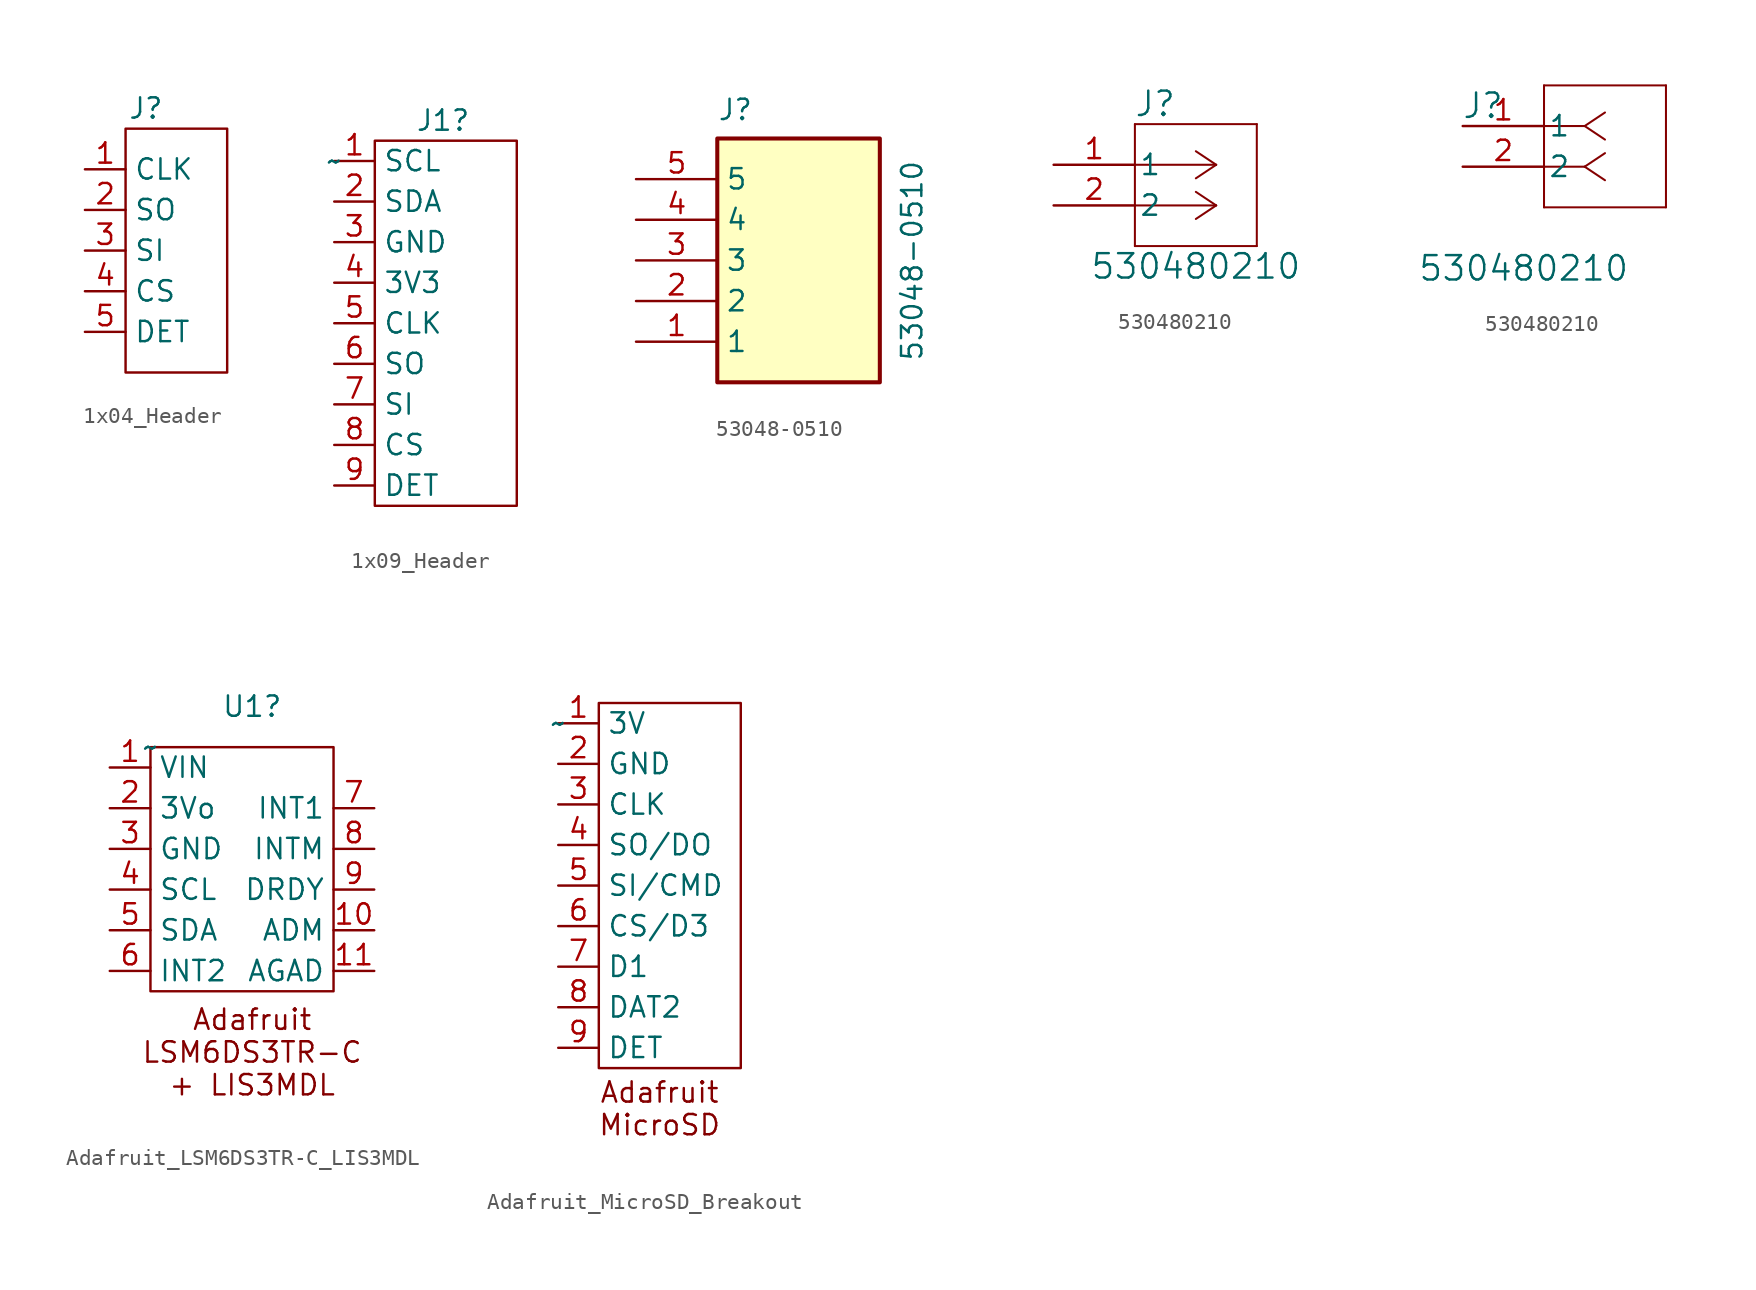
<source format=kicad_sym>
(kicad_symbol_lib
  (version 20220914)
  (generator kicad_symbol_editor)
  (symbol "1x04_Header"
    (property "Reference" "J"
      (at 1.27 1.27 0)
      (effects (font (size 1.27 1.27))))
    (property "Value" ""
      (at -2.54 -2.54 0)
      (effects (font (size 1.27 1.27))))
    (symbol "1x04_Header_0_0"
      (pin passive line (at -2.54 -2.54 0) (length 2.54) (name "CLK" (effects (font (size 1.27 1.27)))) (number "1" (effects (font (size 1.27 1.27)))))
      (pin passive line (at -2.54 -5.08 0) (length 2.54) (name "SO" (effects (font (size 1.27 1.27)))) (number "2" (effects (font (size 1.27 1.27)))))
      (pin passive line (at -2.54 -7.62 0) (length 2.54) (name "SI" (effects (font (size 1.27 1.27)))) (number "3" (effects (font (size 1.27 1.27)))))
      (pin passive line (at -2.54 -10.16 0) (length 2.54) (name "CS" (effects (font (size 1.27 1.27)))) (number "4" (effects (font (size 1.27 1.27)))))
      (pin passive line (at -2.54 -12.7 0) (length 2.54) (name "DET" (effects (font (size 1.27 1.27)))) (number "5" (effects (font (size 1.27 1.27))))))
    (symbol "1x04_Header_0_1"
      (rectangle (start 0 0) (end 6.35 -15.24) (stroke (width 0) (type default)) (fill (type none)))))
  (symbol "1x09_Header"
    (property "Reference" "J1"
      (at 2.54 1.27 0)
      (effects (font (size 1.27 1.27)) (justify left)))
    (property "Value" "~"
      (at -2.54 -1.27 0)
      (effects (font (size 1.27 1.27))))
    (symbol "1x09_Header_0_0"
      (pin passive line (at -2.54 -1.27 0) (length 2.54) (name "SCL" (effects (font (size 1.27 1.27)))) (number "1" (effects (font (size 1.27 1.27)))))
      (pin passive line (at -2.54 -3.81 0) (length 2.54) (name "SDA" (effects (font (size 1.27 1.27)))) (number "2" (effects (font (size 1.27 1.27)))))
      (pin passive line (at -2.54 -6.35 0) (length 2.54) (name "GND" (effects (font (size 1.27 1.27)))) (number "3" (effects (font (size 1.27 1.27)))))
      (pin passive line (at -2.54 -8.89 0) (length 2.54) (name "3V3" (effects (font (size 1.27 1.27)))) (number "4" (effects (font (size 1.27 1.27)))))
      (pin passive line (at -2.54 -13.97 0) (length 2.54) (name "SO" (effects (font (size 1.27 1.27)))) (number "6" (effects (font (size 1.27 1.27)))))
      (pin passive line (at -2.54 -16.51 0) (length 2.54) (name "SI" (effects (font (size 1.27 1.27)))) (number "7" (effects (font (size 1.27 1.27)))))
      (pin passive line (at -2.54 -19.05 0) (length 2.54) (name "CS" (effects (font (size 1.27 1.27)))) (number "8" (effects (font (size 1.27 1.27)))))
      (pin passive line (at -2.54 -21.59 0) (length 2.54) (name "DET" (effects (font (size 1.27 1.27)))) (number "9" (effects (font (size 1.27 1.27))))))
    (symbol "1x09_Header_0_1"
      (rectangle (start 0 0) (end 8.89 -22.86) (stroke (width 0) (type default)) (fill (type none))))
    (symbol "1x09_Header_1_0"
      (pin passive line (at -2.54 -11.43 0) (length 2.54) (name "CLK" (effects (font (size 1.27 1.27)))) (number "5" (effects (font (size 1.27 1.27)))))))
  (symbol "53048-0510"
    (property "Reference" "J"
      (at 5.08 5.08 0)
      (effects (font (size 1.27 1.27)) (justify left top)))
    (property "Value" "53048-0510"
      (at 16.51 -11.43 90)
      (effects (font (size 1.27 1.27)) (justify left top)))
    (symbol "53048-0510_1_1"
      (rectangle (start 5.08 2.54) (end 15.24 -12.7) (stroke (width 0.254) (type default)) (fill (type background)))
      (pin passive line (at 0 -10.16 0) (length 5.08) (name "1" (effects (font (size 1.27 1.27)))) (number "1" (effects (font (size 1.27 1.27)))))
      (pin passive line (at 0 -7.62 0) (length 5.08) (name "2" (effects (font (size 1.27 1.27)))) (number "2" (effects (font (size 1.27 1.27)))))
      (pin passive line (at 0 -5.08 0) (length 5.08) (name "3" (effects (font (size 1.27 1.27)))) (number "3" (effects (font (size 1.27 1.27)))))
      (pin passive line (at 0 -2.54 0) (length 5.08) (name "4" (effects (font (size 1.27 1.27)))) (number "4" (effects (font (size 1.27 1.27)))))
      (pin passive line (at 0 0 0) (length 5.08) (name "5" (effects (font (size 1.27 1.27)))) (number "5" (effects (font (size 1.27 1.27)))))))
  (symbol "530480210"
    (pin_names
      (offset 0.254))
    (property "Reference" "J"
      (at 1.27 1.27 0)
      (effects (font (size 1.524 1.524))))
    (property "Value" "530480210"
      (at 3.81 -8.89 0)
      (effects (font (size 1.524 1.524))))
    (property "ki_locked" ""
      (at 0 0 0)
      (effects (font (size 1.27 1.27))))
    (symbol "530480210_1_1"
      (polyline (pts (xy 0 -7.62) (xy 7.62 -7.62)) (stroke (width 0.127) (type default)) (fill (type none)))
      (polyline (pts (xy 0 0) (xy 0 -7.62)) (stroke (width 0.127) (type default)) (fill (type none)))
      (polyline (pts (xy 5.08 -5.08) (xy 0 -5.08)) (stroke (width 0.127) (type default)) (fill (type none)))
      (polyline (pts (xy 5.08 -5.08) (xy 3.81 -5.927)) (stroke (width 0.127) (type default)) (fill (type none)))
      (polyline (pts (xy 5.08 -5.08) (xy 3.81 -4.233)) (stroke (width 0.127) (type default)) (fill (type none)))
      (polyline (pts (xy 5.08 -2.54) (xy 0 -2.54)) (stroke (width 0.127) (type default)) (fill (type none)))
      (polyline (pts (xy 5.08 -2.54) (xy 3.81 -3.387)) (stroke (width 0.127) (type default)) (fill (type none)))
      (polyline (pts (xy 5.08 -2.54) (xy 3.81 -1.693)) (stroke (width 0.127) (type default)) (fill (type none)))
      (polyline (pts (xy 7.62 -7.62) (xy 7.62 0)) (stroke (width 0.127) (type default)) (fill (type none)))
      (polyline (pts (xy 7.62 0) (xy 0 0)) (stroke (width 0.127) (type default)) (fill (type none)))
      (pin unspecified line (at -5.08 -2.54 0) (length 5.08) (name "1" (effects (font (size 1.27 1.27)))) (number "1" (effects (font (size 1.27 1.27)))))
      (pin unspecified line (at -5.08 -5.08 0) (length 5.08) (name "2" (effects (font (size 1.27 1.27)))) (number "2" (effects (font (size 1.27 1.27))))))
    (symbol "530480210_1_2"
      (polyline (pts (xy 5.08 -5.08) (xy 12.7 -5.08)) (stroke (width 0.127) (type default)) (fill (type none)))
      (polyline (pts (xy 5.08 2.54) (xy 5.08 -5.08)) (stroke (width 0.127) (type default)) (fill (type none)))
      (polyline (pts (xy 7.62 -2.54) (xy 5.08 -2.54)) (stroke (width 0.127) (type default)) (fill (type none)))
      (polyline (pts (xy 7.62 -2.54) (xy 8.89 -3.387)) (stroke (width 0.127) (type default)) (fill (type none)))
      (polyline (pts (xy 7.62 -2.54) (xy 8.89 -1.693)) (stroke (width 0.127) (type default)) (fill (type none)))
      (polyline (pts (xy 7.62 0) (xy 5.08 0)) (stroke (width 0.127) (type default)) (fill (type none)))
      (polyline (pts (xy 7.62 0) (xy 8.89 -0.847)) (stroke (width 0.127) (type default)) (fill (type none)))
      (polyline (pts (xy 7.62 0) (xy 8.89 0.847)) (stroke (width 0.127) (type default)) (fill (type none)))
      (polyline (pts (xy 12.7 -5.08) (xy 12.7 2.54)) (stroke (width 0.127) (type default)) (fill (type none)))
      (polyline (pts (xy 12.7 2.54) (xy 5.08 2.54)) (stroke (width 0.127) (type default)) (fill (type none)))
      (pin unspecified line (at 0 0 0) (length 5.08) (name "1" (effects (font (size 1.27 1.27)))) (number "1" (effects (font (size 1.27 1.27)))))
      (pin unspecified line (at 0 -2.54 0) (length 5.08) (name "2" (effects (font (size 1.27 1.27)))) (number "2" (effects (font (size 1.27 1.27)))))))
  (symbol "Adafruit_LSM6DS3TR-C_LIS3MDL"
    (property "Reference" "U1"
      (at 6.35 2.54 0)
      (effects (font (size 1.27 1.27))))
    (property "Value" "~"
      (at 0 0 0)
      (effects (font (size 1.27 1.27))))
    (symbol "Adafruit_LSM6DS3TR-C_LIS3MDL_0_0"
      (pin power_in line (at -2.54 -1.27 0) (length 2.54) (name "VIN" (effects (font (size 1.27 1.27)))) (number "1" (effects (font (size 1.27 1.27)))))
      (pin bidirectional line (at 13.97 -11.43 180) (length 2.54) (name "ADM" (effects (font (size 1.27 1.27)))) (number "10" (effects (font (size 1.27 1.27)))))
      (pin bidirectional line (at 13.97 -13.97 180) (length 2.54) (name "AGAD" (effects (font (size 1.27 1.27)))) (number "11" (effects (font (size 1.27 1.27)))))
      (pin power_out line (at -2.54 -3.81 0) (length 2.54) (name "3Vo" (effects (font (size 1.27 1.27)))) (number "2" (effects (font (size 1.27 1.27)))))
      (pin passive line (at -2.54 -6.35 0) (length 2.54) (name "GND" (effects (font (size 1.27 1.27)))) (number "3" (effects (font (size 1.27 1.27)))))
      (pin bidirectional line (at -2.54 -8.89 0) (length 2.54) (name "SCL" (effects (font (size 1.27 1.27)))) (number "4" (effects (font (size 1.27 1.27)))))
      (pin bidirectional line (at -2.54 -11.43 0) (length 2.54) (name "SDA" (effects (font (size 1.27 1.27)))) (number "5" (effects (font (size 1.27 1.27)))))
      (pin bidirectional line (at -2.54 -13.97 0) (length 2.54) (name "INT2" (effects (font (size 1.27 1.27)))) (number "6" (effects (font (size 1.27 1.27)))))
      (pin bidirectional line (at 13.97 -3.81 180) (length 2.54) (name "INT1" (effects (font (size 1.27 1.27)))) (number "7" (effects (font (size 1.27 1.27)))))
      (pin bidirectional line (at 13.97 -6.35 180) (length 2.54) (name "INTM" (effects (font (size 1.27 1.27)))) (number "8" (effects (font (size 1.27 1.27)))))
      (pin bidirectional line (at 13.97 -8.89 180) (length 2.54) (name "DRDY" (effects (font (size 1.27 1.27)))) (number "9" (effects (font (size 1.27 1.27))))))
    (symbol "Adafruit_LSM6DS3TR-C_LIS3MDL_0_1"
      (rectangle (start 0 0) (end 11.43 -15.24) (stroke (width 0) (type default)) (fill (type none))))
    (symbol "Adafruit_LSM6DS3TR-C_LIS3MDL_1_1"
      (text "Adafruit\nLSM6DS3TR-C\n+ LIS3MDL" (at 6.35 -19.05 0) (effects (font (size 1.27 1.27))))))
  (symbol "Adafruit_MicroSD_Breakout"
    (property "Reference" "U3"
      (at 5.08 2.54 0)
      (effects (font (size 1.27 1.27)) (justify left) hide))
    (property "Value" "~"
      (at 0 0 0)
      (effects (font (size 1.27 1.27))))
    (symbol "Adafruit_MicroSD_Breakout_0_0"
      (pin passive line (at 0 0 0) (length 2.54) (name "3V" (effects (font (size 1.27 1.27)))) (number "1" (effects (font (size 1.27 1.27)))))
      (pin passive line (at 0 -2.54 0) (length 2.54) (name "GND" (effects (font (size 1.27 1.27)))) (number "2" (effects (font (size 1.27 1.27)))))
      (pin passive line (at 0 -5.08 0) (length 2.54) (name "CLK" (effects (font (size 1.27 1.27)))) (number "3" (effects (font (size 1.27 1.27)))))
      (pin passive line (at 0 -7.62 0) (length 2.54) (name "SO/DO" (effects (font (size 1.27 1.27)))) (number "4" (effects (font (size 1.27 1.27)))))
      (pin passive line (at 0 -10.16 0) (length 2.54) (name "SI/CMD" (effects (font (size 1.27 1.27)))) (number "5" (effects (font (size 1.27 1.27)))))
      (pin passive line (at 0 -12.7 0) (length 2.54) (name "CS/D3" (effects (font (size 1.27 1.27)))) (number "6" (effects (font (size 1.27 1.27)))))
      (pin passive line (at 0 -15.24 0) (length 2.54) (name "D1" (effects (font (size 1.27 1.27)))) (number "7" (effects (font (size 1.27 1.27)))))
      (pin passive line (at 0 -17.78 0) (length 2.54) (name "DAT2" (effects (font (size 1.27 1.27)))) (number "8" (effects (font (size 1.27 1.27)))))
      (pin passive line (at 0 -20.32 0) (length 2.54) (name "DET" (effects (font (size 1.27 1.27)))) (number "9" (effects (font (size 1.27 1.27))))))
    (symbol "Adafruit_MicroSD_Breakout_0_1"
      (rectangle (start 2.54 1.27) (end 11.43 -21.59) (stroke (width 0) (type default)) (fill (type none))))
    (symbol "Adafruit_MicroSD_Breakout_1_1"
      (text "Adafruit\nMicroSD" (at 6.35 -24.13 0) (effects (font (size 1.27 1.27)))))))
</source>
